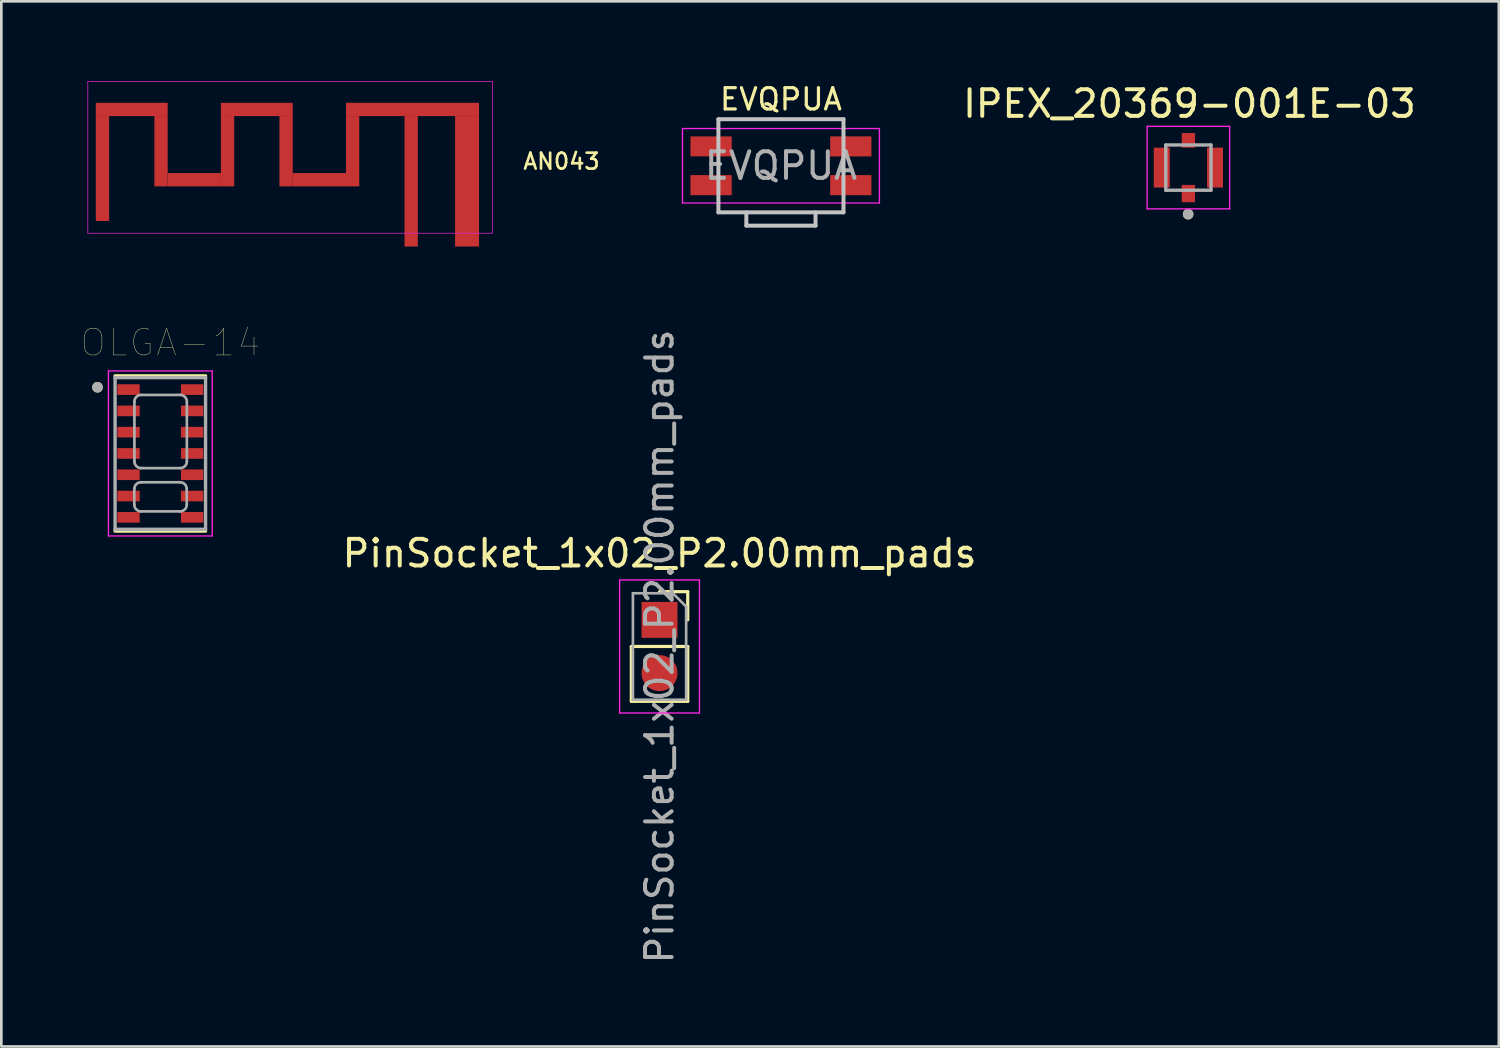
<source format=kicad_pcb>
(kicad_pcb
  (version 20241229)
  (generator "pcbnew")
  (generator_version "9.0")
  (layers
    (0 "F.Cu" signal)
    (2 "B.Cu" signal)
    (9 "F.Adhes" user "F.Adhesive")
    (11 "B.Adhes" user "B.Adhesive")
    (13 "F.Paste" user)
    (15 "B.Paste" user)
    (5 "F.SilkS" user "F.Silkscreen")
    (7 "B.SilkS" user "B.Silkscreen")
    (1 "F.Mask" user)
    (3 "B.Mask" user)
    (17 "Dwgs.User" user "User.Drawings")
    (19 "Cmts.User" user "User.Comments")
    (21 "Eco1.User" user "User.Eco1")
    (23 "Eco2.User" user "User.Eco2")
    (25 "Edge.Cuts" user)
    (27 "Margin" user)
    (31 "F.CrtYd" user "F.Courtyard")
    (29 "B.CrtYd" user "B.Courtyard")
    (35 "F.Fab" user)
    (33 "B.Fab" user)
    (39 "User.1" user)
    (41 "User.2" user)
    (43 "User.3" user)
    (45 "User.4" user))
  (footprint "OLGA-14"
    (layer "F.Cu")
    (at 2.974 13.989)
    (property "Reference" "OLGA-14" (at 0.377 -4.165 0) (layer "F.SilkS") (effects (font (size 1 1) (thickness 0.015))))
    (attr through_hole)
    (fp_line (start -1.7 2.914) (end 1.7 2.914) (stroke (width 0.127) (type solid)) (layer "F.SilkS"))
    (fp_line (start 1.7 -2.914) (end -1.7 -2.914) (stroke (width 0.127) (type solid)) (layer "F.SilkS"))
    (fp_circle (center -2.361 -2.488) (end -2.261 -2.488) (stroke (width 0.2) (type solid)) (fill no) (layer "F.SilkS"))
    (fp_line (start -1.95 -3.1) (end -1.95 3.1) (stroke (width 0.05) (type solid)) (layer "F.CrtYd"))
    (fp_line (start -1.95 3.1) (end 1.95 3.1) (stroke (width 0.05) (type solid)) (layer "F.CrtYd"))
    (fp_line (start 1.95 -3.1) (end -1.95 -3.1) (stroke (width 0.05) (type solid)) (layer "F.CrtYd"))
    (fp_line (start 1.95 3.1) (end 1.95 -3.1) (stroke (width 0.05) (type solid)) (layer "F.CrtYd"))
    (fp_line (start -1.7 -2.85) (end -1.7 2.85) (stroke (width 0.127) (type solid)) (layer "F.Fab"))
    (fp_line (start -1.7 2.85) (end 1.7 2.85) (stroke (width 0.127) (type solid)) (layer "F.Fab"))
    (fp_line (start -0.978 1.926) (end -0.978 1.332) (stroke (width 0.1) (type solid)) (layer "F.Fab"))
    (fp_line (start -0.973 0.3) (end -0.973 -1.95) (stroke (width 0.1) (type solid)) (layer "F.Fab"))
    (fp_line (start -0.723 -2.2) (end 0.747 -2.2) (stroke (width 0.1) (type solid)) (layer "F.Fab"))
    (fp_line (start 0.742 1.082) (end -0.728 1.082) (stroke (width 0.1) (type solid)) (layer "F.Fab"))
    (fp_line (start 0.742 2.176) (end -0.728 2.176) (stroke (width 0.1) (type solid)) (layer "F.Fab"))
    (fp_line (start 0.747 0.55) (end -0.723 0.55) (stroke (width 0.1) (type solid)) (layer "F.Fab"))
    (fp_line (start 0.992 1.926) (end 0.992 1.332) (stroke (width 0.1) (type solid)) (layer "F.Fab"))
    (fp_line (start 0.997 -1.95) (end 0.997 0.3) (stroke (width 0.1) (type solid)) (layer "F.Fab"))
    (fp_line (start 1.7 -2.85) (end -1.7 -2.85) (stroke (width 0.127) (type solid)) (layer "F.Fab"))
    (fp_line (start 1.7 2.85) (end 1.7 -2.85) (stroke (width 0.127) (type solid)) (layer "F.Fab"))
    (fp_arc (start -0.977541 1.33219) (mid -0.904318 1.155413) (end -0.727541 1.08219) (stroke (width 0.1) (type solid)) (layer "F.Fab"))
    (fp_arc (start -0.972541 -1.94981) (mid -0.899318 -2.126587) (end -0.722541 -2.19981) (stroke (width 0.1) (type solid)) (layer "F.Fab"))
    (fp_arc (start -0.727541 2.17619) (mid -0.904318 2.102967) (end -0.977541 1.92619) (stroke (width 0.1) (type solid)) (layer "F.Fab"))
    (fp_arc (start -0.722541 0.550191) (mid -0.899318 0.476968) (end -0.972541 0.300191) (stroke (width 0.1) (type solid)) (layer "F.Fab"))
    (fp_arc (start 0.742459 1.08219) (mid 0.919236 1.155413) (end 0.992459 1.33219) (stroke (width 0.1) (type solid)) (layer "F.Fab"))
    (fp_arc (start 0.747459 -2.19981) (mid 0.924236 -2.126587) (end 0.997459 -1.94981) (stroke (width 0.1) (type solid)) (layer "F.Fab"))
    (fp_arc (start 0.992459 1.92619) (mid 0.919236 2.102967) (end 0.742459 2.17619) (stroke (width 0.1) (type solid)) (layer "F.Fab"))
    (fp_arc (start 0.997459 0.300191) (mid 0.924236 0.476968) (end 0.747459 0.550191) (stroke (width 0.1) (type solid)) (layer "F.Fab"))
    (fp_circle (center -2.361 -2.488) (end -2.261 -2.488) (stroke (width 0.2) (type solid)) (fill no) (layer "F.Fab"))
    (pad "1" smd rect (at -1.195 -2.4) (size 0.84 0.4) (layers "F.Cu" "F.Mask" "F.Paste"))
    (pad "2" smd rect (at -1.195 -1.6) (size 0.84 0.4) (layers "F.Cu" "F.Mask" "F.Paste"))
    (pad "3" smd rect (at -1.195 -0.8) (size 0.84 0.4) (layers "F.Cu" "F.Mask" "F.Paste"))
    (pad "4" smd rect (at -1.195 0) (size 0.84 0.4) (layers "F.Cu" "F.Mask" "F.Paste"))
    (pad "5" smd rect (at -1.195 0.8) (size 0.84 0.4) (layers "F.Cu" "F.Mask" "F.Paste"))
    (pad "6" smd rect (at -1.195 1.6) (size 0.84 0.4) (layers "F.Cu" "F.Mask" "F.Paste"))
    (pad "7" smd rect (at -1.195 2.4) (size 0.84 0.4) (layers "F.Cu" "F.Mask" "F.Paste"))
    (pad "8" smd rect (at 1.195 2.4) (size 0.84 0.4) (layers "F.Cu" "F.Mask" "F.Paste"))
    (pad "9" smd rect (at 1.195 1.6) (size 0.84 0.4) (layers "F.Cu" "F.Mask" "F.Paste"))
    (pad "10" smd rect (at 1.195 0.8) (size 0.84 0.4) (layers "F.Cu" "F.Mask" "F.Paste"))
    (pad "11" smd rect (at 1.195 0) (size 0.84 0.4) (layers "F.Cu" "F.Mask" "F.Paste"))
    (pad "12" smd rect (at 1.195 -0.8) (size 0.84 0.4) (layers "F.Cu" "F.Mask" "F.Paste"))
    (pad "13" smd rect (at 1.195 -1.6) (size 0.84 0.4) (layers "F.Cu" "F.Mask" "F.Paste"))
    (pad "14" smd rect (at 1.195 -2.4) (size 0.84 0.4) (layers "F.Cu" "F.Mask" "F.Paste")))
  (footprint "AN043"
    (layer "F.Cu")
    (at 0.25 5.713)
    (property "Reference" "AN043" (at 17.8 -2.7 0) (layer "F.SilkS") (effects (font (size 0.6 0.6) (thickness 0.1))))
    (attr exclude_from_pos_files exclude_from_bom)
    (fp_line (start 0 -5.7) (end 15.2 -5.7) (stroke (width 0.025) (type solid)) (layer "F.CrtYd"))
    (fp_line (start 0 0) (end 0 -5.7) (stroke (width 0.025) (type solid)) (layer "F.CrtYd"))
    (fp_line (start 0 0) (end 15.2 0) (stroke (width 0.025) (type solid)) (layer "F.CrtYd"))
    (fp_line (start 15.2 0) (end 15.2 -5.7) (stroke (width 0.025) (type solid)) (layer "F.CrtYd"))
    (pad "1" connect rect (at 0.55 -2.43) (size 0.5 3.94) (layers "F.Cu"))
    (pad "1" connect rect (at 1.65 -4.65) (size 2.7 0.5) (layers "F.Cu"))
    (pad "1" connect rect (at 2.75 -3.08) (size 0.5 2.64) (layers "F.Cu"))
    (pad "1" connect rect (at 4 -2.01) (size 2 0.5) (layers "F.Cu"))
    (pad "1" connect rect (at 5.25 -3.08) (size 0.5 2.64) (layers "F.Cu"))
    (pad "1" connect rect (at 6.35 -4.65) (size 2.7 0.5) (layers "F.Cu"))
    (pad "1" connect rect (at 7.45 -3.08) (size 0.5 2.64) (layers "F.Cu"))
    (pad "1" connect rect (at 8.7 -2.01) (size 2 0.5) (layers "F.Cu"))
    (pad "1" connect rect (at 9.95 -3.08) (size 0.5 2.64) (layers "F.Cu"))
    (pad "1" connect rect (at 12.15 -2.2) (size 0.5 4.4) (layers "F.Cu"))
    (pad "1" connect rect (at 12.15 0.25) (size 0.5 0.5) (layers "F.Cu"))
    (pad "1" connect rect (at 12.2 -4.65) (size 5 0.5) (layers "F.Cu"))
    (pad "1" connect rect (at 14.25 -2.2) (size 0.9 4.4) (layers "F.Cu"))
    (pad "1" connect rect (at 14.25 0.25) (size 0.9 0.5) (layers "F.Cu")))
  (footprint "PinSocket_1x02_P2.00mm_pads"
    (layer "F.Cu")
    (at 21.732 20.242)
    (property "Reference" "PinSocket_1x02_P2.00mm_pads" (at 0 -2.5 0) (layer "F.SilkS") (effects (font (size 1 1) (thickness 0.15))))
    (attr through_hole)
    (fp_line (start -1.06 1) (end -1.06 3.06) (stroke (width 0.12) (type solid)) (layer "F.SilkS"))
    (fp_line (start -1.06 1) (end 1.06 1) (stroke (width 0.12) (type solid)) (layer "F.SilkS"))
    (fp_line (start -1.06 3.06) (end 1.06 3.06) (stroke (width 0.12) (type solid)) (layer "F.SilkS"))
    (fp_line (start 0 -1.06) (end 1.06 -1.06) (stroke (width 0.12) (type solid)) (layer "F.SilkS"))
    (fp_line (start 1.06 -1.06) (end 1.06 0) (stroke (width 0.12) (type solid)) (layer "F.SilkS"))
    (fp_line (start 1.06 1) (end 1.06 3.06) (stroke (width 0.12) (type solid)) (layer "F.SilkS"))
    (fp_line (start -1.5 -1.5) (end 1.5 -1.5) (stroke (width 0.05) (type solid)) (layer "F.CrtYd"))
    (fp_line (start -1.5 3.5) (end -1.5 -1.5) (stroke (width 0.05) (type solid)) (layer "F.CrtYd"))
    (fp_line (start 1.5 -1.5) (end 1.5 3.5) (stroke (width 0.05) (type solid)) (layer "F.CrtYd"))
    (fp_line (start 1.5 3.5) (end -1.5 3.5) (stroke (width 0.05) (type solid)) (layer "F.CrtYd"))
    (fp_line (start -1 -1) (end 0.5 -1) (stroke (width 0.1) (type solid)) (layer "F.Fab"))
    (fp_line (start -1 3) (end -1 -1) (stroke (width 0.1) (type solid)) (layer "F.Fab"))
    (fp_line (start 0.5 -1) (end 1 -0.5) (stroke (width 0.1) (type solid)) (layer "F.Fab"))
    (fp_line (start 1 -0.5) (end 1 3) (stroke (width 0.1) (type solid)) (layer "F.Fab"))
    (fp_line (start 1 3) (end -1 3) (stroke (width 0.1) (type solid)) (layer "F.Fab"))
    (fp_text user "${REFERENCE}" (at 0 1 90) (layer "F.Fab") (effects (font (size 1 1) (thickness 0.15))))
    (pad "1" smd rect (at 0 0) (size 1.35 1.35) (layers "F.Cu" "F.Mask" "F.Paste"))
    (pad "2" smd oval (at 0 2) (size 1.35 1.35) (layers "F.Cu" "F.Mask" "F.Paste")))
  (footprint "IPEX_20369-001E-03"
    (layer "F.Cu")
    (at 41.604 3.248)
    (property "Reference" "IPEX_20369-001E-03" (at 0.04 -2.4 0) (layer "F.SilkS") (effects (font (size 1 1) (thickness 0.15))))
    (attr through_hole)
    (fp_circle (center -0.01 1.75) (end 0.09 1.75) (stroke (width 0.2) (type solid)) (fill no) (layer "F.SilkS"))
    (fp_poly (pts (xy -0.7 -0.75) (xy 0.7 -0.75) (xy 0.7 0.75) (xy 0.25 0.75) (xy 0.25 0.65) (xy -0.25 0.65) (xy -0.25 0.75) (xy -0.7 0.75)) (stroke (width 0.0001) (type solid)) (fill no) (layer "Dwgs.User"))
    (fp_poly (pts (xy -0.7 -0.75) (xy 0.7 -0.75) (xy 0.7 0.75) (xy 0.25 0.75) (xy 0.25 0.65) (xy -0.25 0.65) (xy -0.25 0.75) (xy -0.7 0.75)) (stroke (width 0.0001) (type solid)) (fill no) (layer "Dwgs.User"))
    (fp_poly (pts (xy -0.7 -0.75) (xy 0.7 -0.75) (xy 0.7 0.75) (xy 0.25 0.75) (xy 0.25 0.65) (xy -0.25 0.65) (xy -0.25 0.75) (xy -0.7 0.75)) (stroke (width 0.0001) (type solid)) (fill no) (layer "Dwgs.User"))
    (fp_line (start -1.55 1.55) (end -1.55 -1.55) (stroke (width 0.05) (type solid)) (layer "F.CrtYd"))
    (fp_line (start 1.55 -1.55) (end -1.55 -1.55) (stroke (width 0.05) (type solid)) (layer "F.CrtYd"))
    (fp_line (start 1.55 -1.55) (end 1.55 1.55) (stroke (width 0.05) (type solid)) (layer "F.CrtYd"))
    (fp_line (start 1.55 1.55) (end -1.55 1.55) (stroke (width 0.05) (type solid)) (layer "F.CrtYd"))
    (fp_line (start -0.85 -0.85) (end -0.85 0.85) (stroke (width 0.127) (type solid)) (layer "F.Fab"))
    (fp_line (start -0.85 0.85) (end 0.85 0.85) (stroke (width 0.127) (type solid)) (layer "F.Fab"))
    (fp_line (start 0.85 -0.85) (end -0.85 -0.85) (stroke (width 0.127) (type solid)) (layer "F.Fab"))
    (fp_line (start 0.85 0.85) (end 0.85 -0.85) (stroke (width 0.127) (type solid)) (layer "F.Fab"))
    (fp_circle (center -0.01 1.75) (end 0.09 1.75) (stroke (width 0.2) (type solid)) (fill no) (layer "F.Fab"))
    (pad "1" smd rect (at 0 0.975) (size 0.5 0.65) (layers "F.Cu" "F.Mask" "F.Paste"))
    (pad "2" smd rect (at -1 0) (size 0.6 1.5) (layers "F.Cu" "F.Mask" "F.Paste"))
    (pad "2" smd rect (at 0 -1.025) (size 0.5 0.55) (layers "F.Cu" "F.Mask" "F.Paste"))
    (pad "2" smd rect (at 1 0) (size 0.6 1.5) (layers "F.Cu" "F.Mask" "F.Paste")))
  (footprint "EVQPUA"
    (layer "F.Cu")
    (at 26.294 3.179)
    (property "Reference" "EVQPUA" (at 0 -2.5 0) (layer "F.SilkS") (effects (font (size 0.8 0.8) (thickness 0.12))))
    (attr smd)
    (fp_line (start -2.35 -1.75) (end 2.35 -1.75) (stroke (width 0.15) (type solid)) (layer "Dwgs.User"))
    (fp_line (start -2.35 1.75) (end -2.35 -1.75) (stroke (width 0.15) (type solid)) (layer "Dwgs.User"))
    (fp_line (start -1.3 1.75) (end -1.3 2.25) (stroke (width 0.15) (type solid)) (layer "Dwgs.User"))
    (fp_line (start -1.3 2.25) (end 1.3 2.25) (stroke (width 0.15) (type solid)) (layer "Dwgs.User"))
    (fp_line (start 1.3 1.75) (end 1.3 2.25) (stroke (width 0.15) (type solid)) (layer "Dwgs.User"))
    (fp_line (start 2.35 -1.75) (end 2.35 1.75) (stroke (width 0.15) (type solid)) (layer "Dwgs.User"))
    (fp_line (start 2.35 1.75) (end -2.35 1.75) (stroke (width 0.15) (type solid)) (layer "Dwgs.User"))
    (fp_line (start -3.7 -1.4) (end -3.7 1.4) (stroke (width 0.05) (type solid)) (layer "F.CrtYd"))
    (fp_line (start -3.7 1.4) (end 3.7 1.4) (stroke (width 0.05) (type solid)) (layer "F.CrtYd"))
    (fp_line (start 3.7 -1.4) (end -3.7 -1.4) (stroke (width 0.05) (type solid)) (layer "F.CrtYd"))
    (fp_line (start 3.7 1.4) (end 3.7 -1.4) (stroke (width 0.05) (type solid)) (layer "F.CrtYd"))
    (fp_text user "${REFERENCE}" (at 0 0 0) (layer "F.Fab") (effects (font (size 1 1) (thickness 0.15))))
    (pad "1" smd rect (at -2.625 -0.728) (size 1.55 0.75) (layers "F.Cu" "F.Mask" "F.Paste"))
    (pad "1" smd rect (at 2.625 -0.728) (size 1.55 0.755) (layers "F.Cu" "F.Mask" "F.Paste"))
    (pad "2" smd rect (at -2.625 0.728) (size 1.55 0.755) (layers "F.Cu" "F.Mask" "F.Paste"))
    (pad "2" smd rect (at 2.625 0.728) (size 1.55 0.755) (layers "F.Cu" "F.Mask" "F.Paste")))
  (gr_rect
    (start -3 -3)
    (end 53.269 36.272)
    (stroke (width 0.1) (type default))
    (fill no)
    (layer "Edge.Cuts")))
</source>
